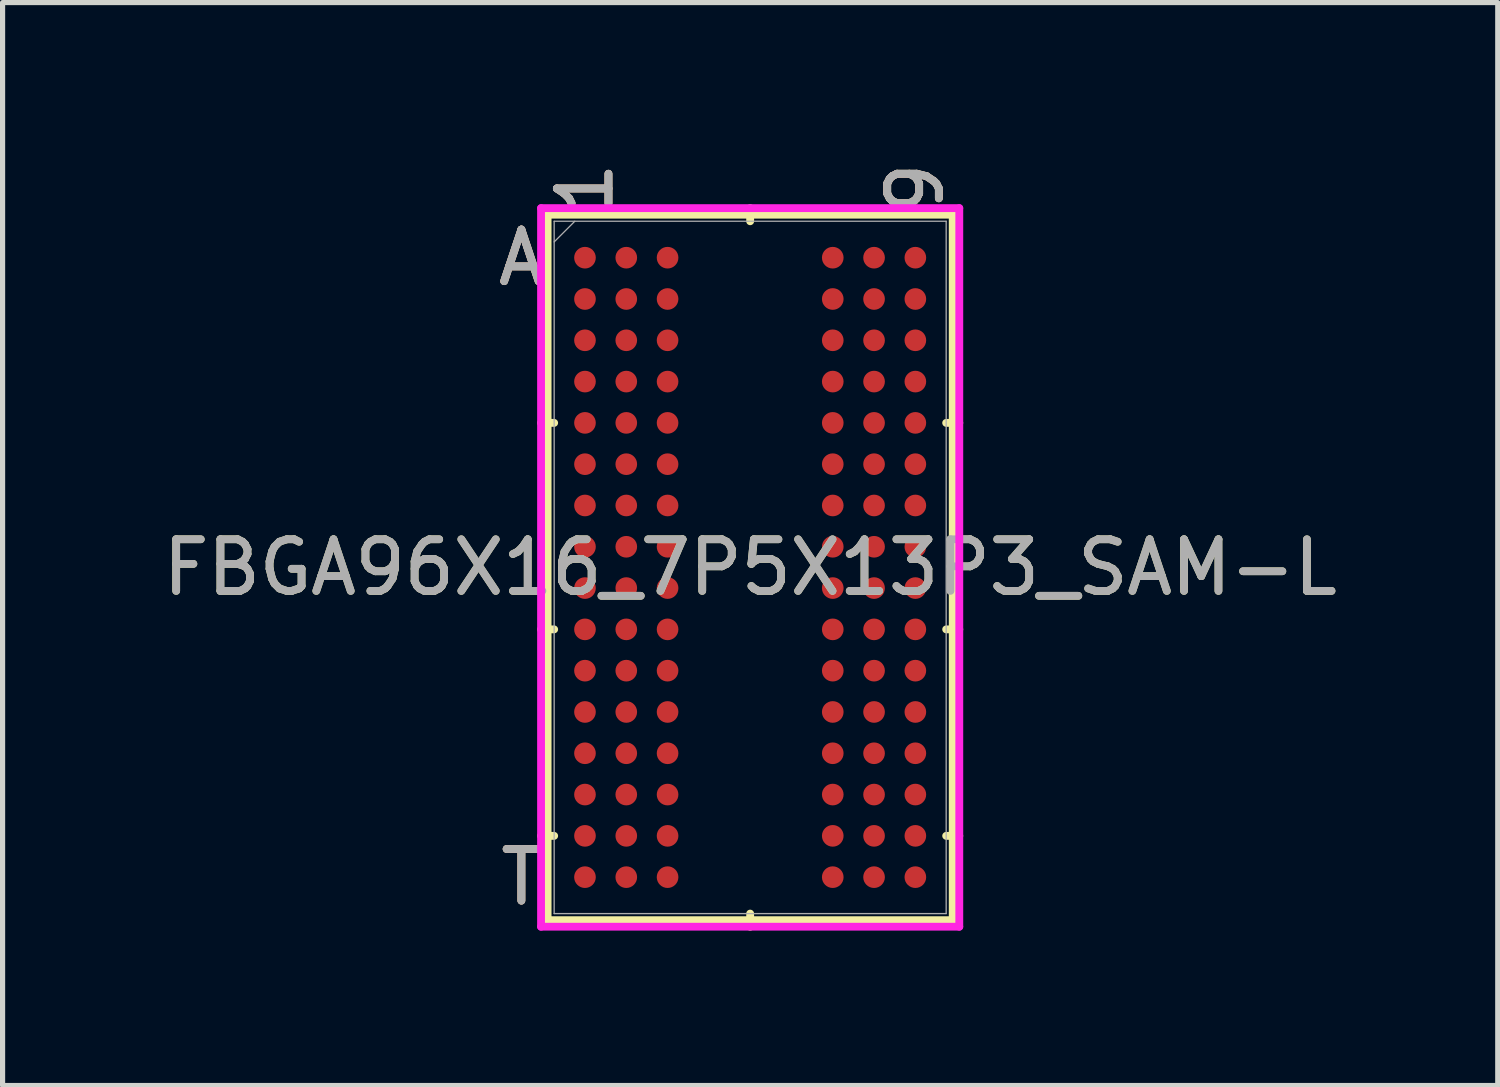
<source format=kicad_pcb>
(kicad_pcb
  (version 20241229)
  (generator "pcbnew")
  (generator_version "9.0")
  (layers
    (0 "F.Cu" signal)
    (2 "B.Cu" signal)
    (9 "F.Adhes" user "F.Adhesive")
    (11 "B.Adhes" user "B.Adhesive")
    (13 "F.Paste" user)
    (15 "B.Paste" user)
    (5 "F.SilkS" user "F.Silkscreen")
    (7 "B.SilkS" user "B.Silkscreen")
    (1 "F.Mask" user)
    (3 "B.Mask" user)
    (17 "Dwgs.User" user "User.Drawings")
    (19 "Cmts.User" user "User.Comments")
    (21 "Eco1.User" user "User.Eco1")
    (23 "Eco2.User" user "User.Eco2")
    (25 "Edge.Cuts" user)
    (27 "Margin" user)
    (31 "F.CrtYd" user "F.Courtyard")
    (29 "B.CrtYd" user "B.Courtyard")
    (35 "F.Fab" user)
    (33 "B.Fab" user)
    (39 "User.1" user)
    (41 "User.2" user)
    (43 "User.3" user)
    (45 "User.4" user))
  (footprint "FBGA96X16_7P5X13P3_SAM-L"
    (layer "F.Cu")
    (at 11.482 7.942)
    (property "Reference" "FBGA96X16_7P5X13P3_SAM-L" (at 0 0 0) (unlocked yes) (layer "F.SilkS") (effects (font (size 1 1) (thickness 0.15))))
    (attr smd)
    (fp_line (start -3.924 -6.833) (end -3.924 6.833) (stroke (width 0.152) (type solid)) (layer "F.SilkS"))
    (fp_line (start -3.924 6.833) (end 3.924 6.833) (stroke (width 0.152) (type solid)) (layer "F.SilkS"))
    (fp_line (start -3.797 -2.8) (end -4.051 -2.8) (stroke (width 0.152) (type solid)) (layer "F.SilkS"))
    (fp_line (start -3.797 1.2) (end -4.051 1.2) (stroke (width 0.152) (type solid)) (layer "F.SilkS"))
    (fp_line (start -3.797 5.2) (end -4.051 5.2) (stroke (width 0.152) (type solid)) (layer "F.SilkS"))
    (fp_line (start 0 -6.706) (end 0 -6.96) (stroke (width 0.152) (type solid)) (layer "F.SilkS"))
    (fp_line (start 0 6.706) (end 0 6.96) (stroke (width 0.152) (type solid)) (layer "F.SilkS"))
    (fp_line (start 3.797 -2.8) (end 4.051 -2.8) (stroke (width 0.152) (type solid)) (layer "F.SilkS"))
    (fp_line (start 3.797 1.2) (end 4.051 1.2) (stroke (width 0.152) (type solid)) (layer "F.SilkS"))
    (fp_line (start 3.797 5.2) (end 4.051 5.2) (stroke (width 0.152) (type solid)) (layer "F.SilkS"))
    (fp_line (start 3.924 -6.833) (end -3.924 -6.833) (stroke (width 0.152) (type solid)) (layer "F.SilkS"))
    (fp_line (start 3.924 6.833) (end 3.924 -6.833) (stroke (width 0.152) (type solid)) (layer "F.SilkS"))
    (fp_poly (pts (xy -4.045 -6.844) (xy 4.045 -6.844) (xy 4.045 6.844) (xy -4.045 6.844)) (stroke (width 0.1) (type solid)) (fill no) (layer "Eco2.User"))
    (fp_line (start -4.051 -6.96) (end 4.051 -6.96) (stroke (width 0.152) (type solid)) (layer "F.CrtYd"))
    (fp_line (start -4.051 6.96) (end -4.051 -6.96) (stroke (width 0.152) (type solid)) (layer "F.CrtYd"))
    (fp_line (start 4.051 -6.96) (end 4.051 6.96) (stroke (width 0.152) (type solid)) (layer "F.CrtYd"))
    (fp_line (start 4.051 6.96) (end -4.051 6.96) (stroke (width 0.152) (type solid)) (layer "F.CrtYd"))
    (fp_line (start -3.797 -6.706) (end -3.797 6.706) (stroke (width 0.025) (type solid)) (layer "F.Fab"))
    (fp_line (start -3.797 6.706) (end 3.797 6.706) (stroke (width 0.025) (type solid)) (layer "F.Fab"))
    (fp_line (start -3.397 -6.706) (end -3.797 -6.306) (stroke (width 0.025) (type solid)) (layer "F.Fab"))
    (fp_line (start 3.797 -6.706) (end -3.797 -6.706) (stroke (width 0.025) (type solid)) (layer "F.Fab"))
    (fp_line (start 3.797 6.706) (end 3.797 -6.706) (stroke (width 0.025) (type solid)) (layer "F.Fab"))
    (fp_text user "T" (at -4.432 6 0) (unlocked yes) (layer "F.SilkS") (effects (font (size 1 1) (thickness 0.15))))
    (fp_text user "A" (at -4.432 -6 0) (unlocked yes) (layer "F.SilkS") (effects (font (size 1 1) (thickness 0.15))))
    (fp_text user "9" (at 3.2 -7.341 90) (unlocked yes) (layer "F.SilkS") (effects (font (size 1 1) (thickness 0.15))))
    (fp_text user "1" (at -3.2 -7.341 90) (unlocked yes) (layer "F.SilkS") (effects (font (size 1 1) (thickness 0.15))))
    (fp_text user "1" (at -3.2 -7.341 90) (unlocked yes) (layer "B.SilkS") (effects (font (size 1 1) (thickness 0.15))))
    (fp_text user "T" (at -4.432 6 0) (unlocked yes) (layer "B.SilkS") (effects (font (size 1 1) (thickness 0.15))))
    (fp_text user "9" (at 3.2 -7.341 90) (unlocked yes) (layer "B.SilkS") (effects (font (size 1 1) (thickness 0.15))))
    (fp_text user "A" (at -4.432 -6 0) (unlocked yes) (layer "B.SilkS") (effects (font (size 1 1) (thickness 0.15))))
    (fp_text user "T" (at -4.432 6 0) (unlocked yes) (layer "F.Fab") (effects (font (size 1 1) (thickness 0.15))))
    (fp_text user "${REFERENCE}" (at 0 0 0) (unlocked yes) (layer "F.Fab") (effects (font (size 1 1) (thickness 0.15))))
    (fp_text user "1" (at -3.2 -7.341 90) (unlocked yes) (layer "F.Fab") (effects (font (size 1 1) (thickness 0.15))))
    (fp_text user "A" (at -4.432 -6 0) (unlocked yes) (layer "F.Fab") (effects (font (size 1 1) (thickness 0.15))))
    (fp_text user "9" (at 3.2 -7.341 90) (unlocked yes) (layer "F.Fab") (effects (font (size 1 1) (thickness 0.15))))
    (pad "A1" smd circle (at -3.2 -6) (size 0.419 0.419) (layers "F.Cu" "F.Mask" "F.Paste"))
    (pad "A2" smd circle (at -2.4 -6) (size 0.419 0.419) (layers "F.Cu" "F.Mask" "F.Paste"))
    (pad "A3" smd circle (at -1.6 -6) (size 0.419 0.419) (layers "F.Cu" "F.Mask" "F.Paste"))
    (pad "A7" smd circle (at 1.6 -6) (size 0.419 0.419) (layers "F.Cu" "F.Mask" "F.Paste"))
    (pad "A8" smd circle (at 2.4 -6) (size 0.419 0.419) (layers "F.Cu" "F.Mask" "F.Paste"))
    (pad "A9" smd circle (at 3.2 -6) (size 0.419 0.419) (layers "F.Cu" "F.Mask" "F.Paste"))
    (pad "B1" smd circle (at -3.2 -5.2) (size 0.419 0.419) (layers "F.Cu" "F.Mask" "F.Paste"))
    (pad "B2" smd circle (at -2.4 -5.2) (size 0.419 0.419) (layers "F.Cu" "F.Mask" "F.Paste"))
    (pad "B3" smd circle (at -1.6 -5.2) (size 0.419 0.419) (layers "F.Cu" "F.Mask" "F.Paste"))
    (pad "B7" smd circle (at 1.6 -5.2) (size 0.419 0.419) (layers "F.Cu" "F.Mask" "F.Paste"))
    (pad "B8" smd circle (at 2.4 -5.2) (size 0.419 0.419) (layers "F.Cu" "F.Mask" "F.Paste"))
    (pad "B9" smd circle (at 3.2 -5.2) (size 0.419 0.419) (layers "F.Cu" "F.Mask" "F.Paste"))
    (pad "C1" smd circle (at -3.2 -4.4) (size 0.419 0.419) (layers "F.Cu" "F.Mask" "F.Paste"))
    (pad "C2" smd circle (at -2.4 -4.4) (size 0.419 0.419) (layers "F.Cu" "F.Mask" "F.Paste"))
    (pad "C3" smd circle (at -1.6 -4.4) (size 0.419 0.419) (layers "F.Cu" "F.Mask" "F.Paste"))
    (pad "C7" smd circle (at 1.6 -4.4) (size 0.419 0.419) (layers "F.Cu" "F.Mask" "F.Paste"))
    (pad "C8" smd circle (at 2.4 -4.4) (size 0.419 0.419) (layers "F.Cu" "F.Mask" "F.Paste"))
    (pad "C9" smd circle (at 3.2 -4.4) (size 0.419 0.419) (layers "F.Cu" "F.Mask" "F.Paste"))
    (pad "D1" smd circle (at -3.2 -3.6) (size 0.419 0.419) (layers "F.Cu" "F.Mask" "F.Paste"))
    (pad "D2" smd circle (at -2.4 -3.6) (size 0.419 0.419) (layers "F.Cu" "F.Mask" "F.Paste"))
    (pad "D3" smd circle (at -1.6 -3.6) (size 0.419 0.419) (layers "F.Cu" "F.Mask" "F.Paste"))
    (pad "D7" smd circle (at 1.6 -3.6) (size 0.419 0.419) (layers "F.Cu" "F.Mask" "F.Paste"))
    (pad "D8" smd circle (at 2.4 -3.6) (size 0.419 0.419) (layers "F.Cu" "F.Mask" "F.Paste"))
    (pad "D9" smd circle (at 3.2 -3.6) (size 0.419 0.419) (layers "F.Cu" "F.Mask" "F.Paste"))
    (pad "E1" smd circle (at -3.2 -2.8) (size 0.419 0.419) (layers "F.Cu" "F.Mask" "F.Paste"))
    (pad "E2" smd circle (at -2.4 -2.8) (size 0.419 0.419) (layers "F.Cu" "F.Mask" "F.Paste"))
    (pad "E3" smd circle (at -1.6 -2.8) (size 0.419 0.419) (layers "F.Cu" "F.Mask" "F.Paste"))
    (pad "E7" smd circle (at 1.6 -2.8) (size 0.419 0.419) (layers "F.Cu" "F.Mask" "F.Paste"))
    (pad "E8" smd circle (at 2.4 -2.8) (size 0.419 0.419) (layers "F.Cu" "F.Mask" "F.Paste"))
    (pad "E9" smd circle (at 3.2 -2.8) (size 0.419 0.419) (layers "F.Cu" "F.Mask" "F.Paste"))
    (pad "F1" smd circle (at -3.2 -2) (size 0.419 0.419) (layers "F.Cu" "F.Mask" "F.Paste"))
    (pad "F2" smd circle (at -2.4 -2) (size 0.419 0.419) (layers "F.Cu" "F.Mask" "F.Paste"))
    (pad "F3" smd circle (at -1.6 -2) (size 0.419 0.419) (layers "F.Cu" "F.Mask" "F.Paste"))
    (pad "F7" smd circle (at 1.6 -2) (size 0.419 0.419) (layers "F.Cu" "F.Mask" "F.Paste"))
    (pad "F8" smd circle (at 2.4 -2) (size 0.419 0.419) (layers "F.Cu" "F.Mask" "F.Paste"))
    (pad "F9" smd circle (at 3.2 -2) (size 0.419 0.419) (layers "F.Cu" "F.Mask" "F.Paste"))
    (pad "G1" smd circle (at -3.2 -1.2) (size 0.419 0.419) (layers "F.Cu" "F.Mask" "F.Paste"))
    (pad "G2" smd circle (at -2.4 -1.2) (size 0.419 0.419) (layers "F.Cu" "F.Mask" "F.Paste"))
    (pad "G3" smd circle (at -1.6 -1.2) (size 0.419 0.419) (layers "F.Cu" "F.Mask" "F.Paste"))
    (pad "G7" smd circle (at 1.6 -1.2) (size 0.419 0.419) (layers "F.Cu" "F.Mask" "F.Paste"))
    (pad "G8" smd circle (at 2.4 -1.2) (size 0.419 0.419) (layers "F.Cu" "F.Mask" "F.Paste"))
    (pad "G9" smd circle (at 3.2 -1.2) (size 0.419 0.419) (layers "F.Cu" "F.Mask" "F.Paste"))
    (pad "H1" smd circle (at -3.2 -0.4) (size 0.419 0.419) (layers "F.Cu" "F.Mask" "F.Paste"))
    (pad "H2" smd circle (at -2.4 -0.4) (size 0.419 0.419) (layers "F.Cu" "F.Mask" "F.Paste"))
    (pad "H3" smd circle (at -1.6 -0.4) (size 0.419 0.419) (layers "F.Cu" "F.Mask" "F.Paste"))
    (pad "H7" smd circle (at 1.6 -0.4) (size 0.419 0.419) (layers "F.Cu" "F.Mask" "F.Paste"))
    (pad "H8" smd circle (at 2.4 -0.4) (size 0.419 0.419) (layers "F.Cu" "F.Mask" "F.Paste"))
    (pad "H9" smd circle (at 3.2 -0.4) (size 0.419 0.419) (layers "F.Cu" "F.Mask" "F.Paste"))
    (pad "J1" smd circle (at -3.2 0.4) (size 0.419 0.419) (layers "F.Cu" "F.Mask" "F.Paste"))
    (pad "J2" smd circle (at -2.4 0.4) (size 0.419 0.419) (layers "F.Cu" "F.Mask" "F.Paste"))
    (pad "J3" smd circle (at -1.6 0.4) (size 0.419 0.419) (layers "F.Cu" "F.Mask" "F.Paste"))
    (pad "J7" smd circle (at 1.6 0.4) (size 0.419 0.419) (layers "F.Cu" "F.Mask" "F.Paste"))
    (pad "J8" smd circle (at 2.4 0.4) (size 0.419 0.419) (layers "F.Cu" "F.Mask" "F.Paste"))
    (pad "J9" smd circle (at 3.2 0.4) (size 0.419 0.419) (layers "F.Cu" "F.Mask" "F.Paste"))
    (pad "K1" smd circle (at -3.2 1.2) (size 0.419 0.419) (layers "F.Cu" "F.Mask" "F.Paste"))
    (pad "K2" smd circle (at -2.4 1.2) (size 0.419 0.419) (layers "F.Cu" "F.Mask" "F.Paste"))
    (pad "K3" smd circle (at -1.6 1.2) (size 0.419 0.419) (layers "F.Cu" "F.Mask" "F.Paste"))
    (pad "K7" smd circle (at 1.6 1.2) (size 0.419 0.419) (layers "F.Cu" "F.Mask" "F.Paste"))
    (pad "K8" smd circle (at 2.4 1.2) (size 0.419 0.419) (layers "F.Cu" "F.Mask" "F.Paste"))
    (pad "K9" smd circle (at 3.2 1.2) (size 0.419 0.419) (layers "F.Cu" "F.Mask" "F.Paste"))
    (pad "L1" smd circle (at -3.2 2) (size 0.419 0.419) (layers "F.Cu" "F.Mask" "F.Paste"))
    (pad "L2" smd circle (at -2.4 2) (size 0.419 0.419) (layers "F.Cu" "F.Mask" "F.Paste"))
    (pad "L3" smd circle (at -1.6 2) (size 0.419 0.419) (layers "F.Cu" "F.Mask" "F.Paste"))
    (pad "L7" smd circle (at 1.6 2) (size 0.419 0.419) (layers "F.Cu" "F.Mask" "F.Paste"))
    (pad "L8" smd circle (at 2.4 2) (size 0.419 0.419) (layers "F.Cu" "F.Mask" "F.Paste"))
    (pad "L9" smd circle (at 3.2 2) (size 0.419 0.419) (layers "F.Cu" "F.Mask" "F.Paste"))
    (pad "M1" smd circle (at -3.2 2.8) (size 0.419 0.419) (layers "F.Cu" "F.Mask" "F.Paste"))
    (pad "M2" smd circle (at -2.4 2.8) (size 0.419 0.419) (layers "F.Cu" "F.Mask" "F.Paste"))
    (pad "M3" smd circle (at -1.6 2.8) (size 0.419 0.419) (layers "F.Cu" "F.Mask" "F.Paste"))
    (pad "M7" smd circle (at 1.6 2.8) (size 0.419 0.419) (layers "F.Cu" "F.Mask" "F.Paste"))
    (pad "M8" smd circle (at 2.4 2.8) (size 0.419 0.419) (layers "F.Cu" "F.Mask" "F.Paste"))
    (pad "M9" smd circle (at 3.2 2.8) (size 0.419 0.419) (layers "F.Cu" "F.Mask" "F.Paste"))
    (pad "N1" smd circle (at -3.2 3.6) (size 0.419 0.419) (layers "F.Cu" "F.Mask" "F.Paste"))
    (pad "N2" smd circle (at -2.4 3.6) (size 0.419 0.419) (layers "F.Cu" "F.Mask" "F.Paste"))
    (pad "N3" smd circle (at -1.6 3.6) (size 0.419 0.419) (layers "F.Cu" "F.Mask" "F.Paste"))
    (pad "N7" smd circle (at 1.6 3.6) (size 0.419 0.419) (layers "F.Cu" "F.Mask" "F.Paste"))
    (pad "N8" smd circle (at 2.4 3.6) (size 0.419 0.419) (layers "F.Cu" "F.Mask" "F.Paste"))
    (pad "N9" smd circle (at 3.2 3.6) (size 0.419 0.419) (layers "F.Cu" "F.Mask" "F.Paste"))
    (pad "P1" smd circle (at -3.2 4.4) (size 0.419 0.419) (layers "F.Cu" "F.Mask" "F.Paste"))
    (pad "P2" smd circle (at -2.4 4.4) (size 0.419 0.419) (layers "F.Cu" "F.Mask" "F.Paste"))
    (pad "P3" smd circle (at -1.6 4.4) (size 0.419 0.419) (layers "F.Cu" "F.Mask" "F.Paste"))
    (pad "P7" smd circle (at 1.6 4.4) (size 0.419 0.419) (layers "F.Cu" "F.Mask" "F.Paste"))
    (pad "P8" smd circle (at 2.4 4.4) (size 0.419 0.419) (layers "F.Cu" "F.Mask" "F.Paste"))
    (pad "P9" smd circle (at 3.2 4.4) (size 0.419 0.419) (layers "F.Cu" "F.Mask" "F.Paste"))
    (pad "R1" smd circle (at -3.2 5.2) (size 0.419 0.419) (layers "F.Cu" "F.Mask" "F.Paste"))
    (pad "R2" smd circle (at -2.4 5.2) (size 0.419 0.419) (layers "F.Cu" "F.Mask" "F.Paste"))
    (pad "R3" smd circle (at -1.6 5.2) (size 0.419 0.419) (layers "F.Cu" "F.Mask" "F.Paste"))
    (pad "R7" smd circle (at 1.6 5.2) (size 0.419 0.419) (layers "F.Cu" "F.Mask" "F.Paste"))
    (pad "R8" smd circle (at 2.4 5.2) (size 0.419 0.419) (layers "F.Cu" "F.Mask" "F.Paste"))
    (pad "R9" smd circle (at 3.2 5.2) (size 0.419 0.419) (layers "F.Cu" "F.Mask" "F.Paste"))
    (pad "T1" smd circle (at -3.2 6) (size 0.419 0.419) (layers "F.Cu" "F.Mask" "F.Paste"))
    (pad "T2" smd circle (at -2.4 6) (size 0.419 0.419) (layers "F.Cu" "F.Mask" "F.Paste"))
    (pad "T3" smd circle (at -1.6 6) (size 0.419 0.419) (layers "F.Cu" "F.Mask" "F.Paste"))
    (pad "T7" smd circle (at 1.6 6) (size 0.419 0.419) (layers "F.Cu" "F.Mask" "F.Paste"))
    (pad "T8" smd circle (at 2.4 6) (size 0.419 0.419) (layers "F.Cu" "F.Mask" "F.Paste"))
    (pad "T9" smd circle (at 3.2 6) (size 0.419 0.419) (layers "F.Cu" "F.Mask" "F.Paste")))
  (gr_rect
    (start -3 -3)
    (end 25.964 17.978)
    (stroke (width 0.1) (type default))
    (fill no)
    (layer "Edge.Cuts")))
</source>
